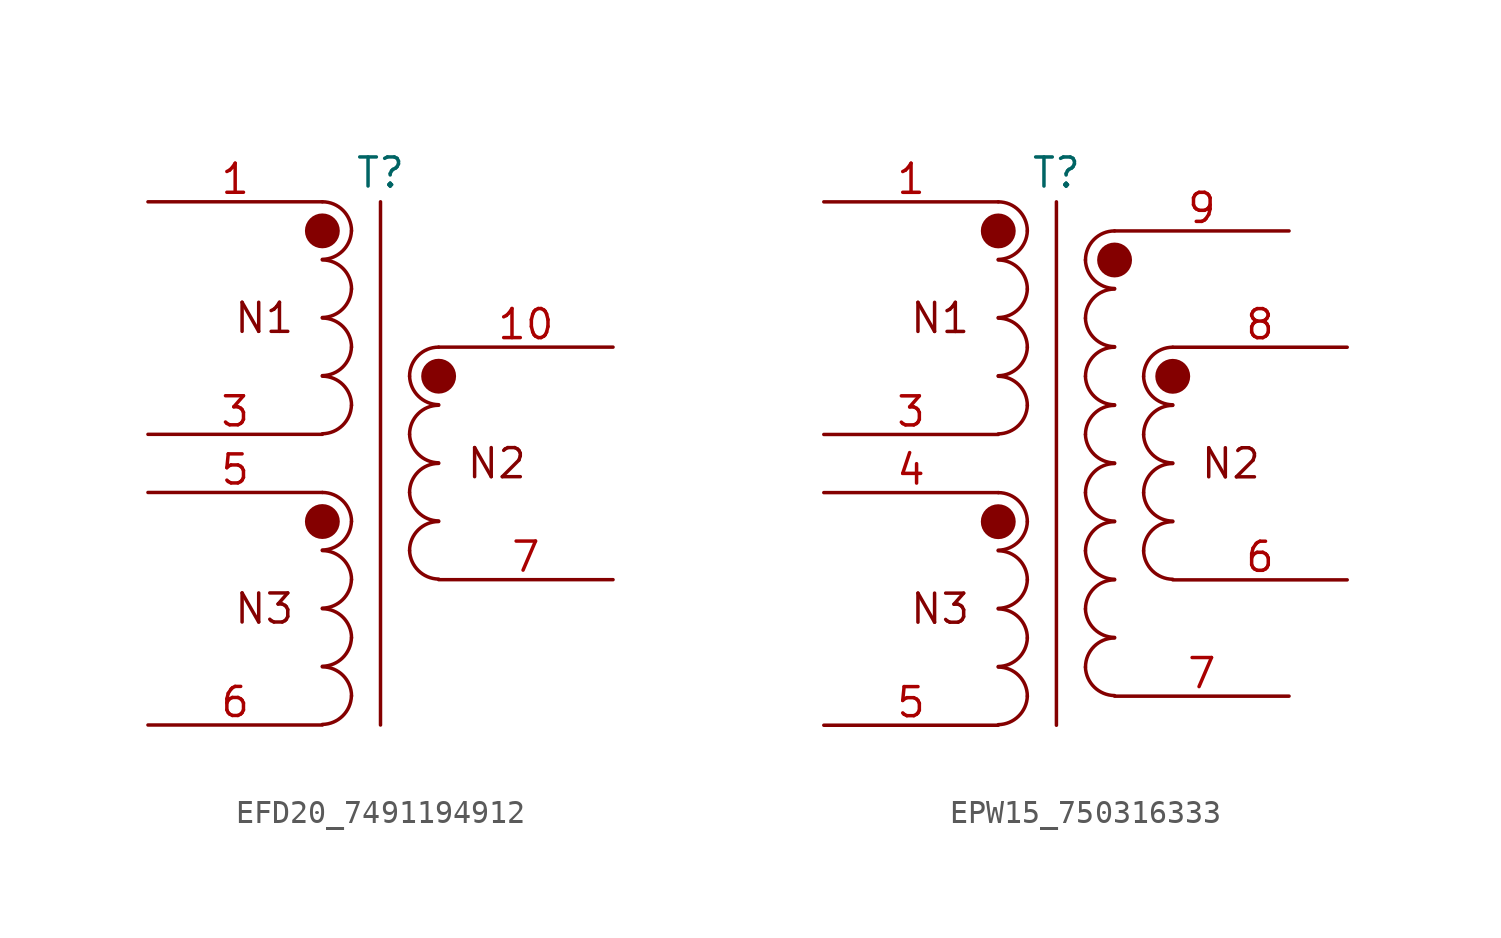
<source format=kicad_sym>
(kicad_symbol_lib
  (version 20220914)
  (generator kicad_symbol_editor)
  (symbol "EFD20_7491194912"
    (pin_names hide)
    (property "Reference" "T"
      (at 0 12.7 0)
      (effects (font (size 1.27 1.27))))
    (property "Critical Parameter" ""
      (at 0 -5.08 0)
      (effects (font (size 1.27 1.27)) (justify left)))
    (symbol "EFD20_7491194912_0_1"
      (arc (start -2.54 -11.4046) (mid -1.6561 -11.0363) (end -1.27 -10.16) (stroke (width 0) (type default)) (fill (type none)))
      (arc (start -2.54 -8.8646) (mid -1.6561 -8.4963) (end -1.27 -7.62) (stroke (width 0) (type default)) (fill (type none)))
      (arc (start -2.54 -6.3246) (mid -1.6561 -5.9563) (end -1.27 -5.08) (stroke (width 0) (type default)) (fill (type none)))
      (arc (start -2.54 -3.7846) (mid -1.6561 -3.4163) (end -1.27 -2.54) (stroke (width 0) (type default)) (fill (type none)))
      (arc (start -2.54 1.2954) (mid -1.6561 1.6637) (end -1.27 2.54) (stroke (width 0) (type default)) (fill (type none)))
      (arc (start -2.54 3.8354) (mid -1.6561 4.2037) (end -1.27 5.08) (stroke (width 0) (type default)) (fill (type none)))
      (arc (start -2.54 6.3754) (mid -1.6561 6.7437) (end -1.27 7.62) (stroke (width 0) (type default)) (fill (type none)))
      (arc (start -2.54 8.9154) (mid -1.6561 9.2837) (end -1.27 10.16) (stroke (width 0) (type default)) (fill (type none)))
      (arc (start -1.27 -10.16) (mid -1.642 -9.262) (end -2.54 -8.89) (stroke (width 0) (type default)) (fill (type none)))
      (arc (start -1.27 -7.62) (mid -1.642 -6.722) (end -2.54 -6.35) (stroke (width 0) (type default)) (fill (type none)))
      (arc (start -1.27 -5.08) (mid -1.642 -4.182) (end -2.54 -3.81) (stroke (width 0) (type default)) (fill (type none)))
      (arc (start -1.27 -2.54) (mid -1.642 -1.642) (end -2.54 -1.27) (stroke (width 0) (type default)) (fill (type none)))
      (arc (start -1.27 2.54) (mid -1.642 3.438) (end -2.54 3.81) (stroke (width 0) (type default)) (fill (type none)))
      (arc (start -1.27 5.08) (mid -1.642 5.978) (end -2.54 6.35) (stroke (width 0) (type default)) (fill (type none)))
      (arc (start -1.27 7.62) (mid -1.642 8.518) (end -2.54 8.89) (stroke (width 0) (type default)) (fill (type none)))
      (arc (start -1.27 10.16) (mid -1.642 11.058) (end -2.54 11.43) (stroke (width 0) (type default)) (fill (type none)))
      (polyline (pts (xy 0 -11.43) (xy 0 11.43)) (stroke (width 0) (type default)) (fill (type none)))
      (arc (start 1.27 -3.81) (mid 1.6561 -4.6863) (end 2.54 -5.0546) (stroke (width 0) (type default)) (fill (type none)))
      (arc (start 1.27 -1.27) (mid 1.6561 -2.1463) (end 2.54 -2.5146) (stroke (width 0) (type default)) (fill (type none)))
      (arc (start 1.27 1.27) (mid 1.6561 0.3937) (end 2.54 0.0254) (stroke (width 0) (type default)) (fill (type none)))
      (arc (start 1.27 3.81) (mid 1.6561 2.9337) (end 2.54 2.5654) (stroke (width 0) (type default)) (fill (type none)))
      (arc (start 2.54 -2.54) (mid 1.642 -2.912) (end 1.27 -3.81) (stroke (width 0) (type default)) (fill (type none)))
      (arc (start 2.54 0) (mid 1.642 -0.372) (end 1.27 -1.27) (stroke (width 0) (type default)) (fill (type none)))
      (arc (start 2.54 2.54) (mid 1.642 2.168) (end 1.27 1.27) (stroke (width 0) (type default)) (fill (type none)))
      (arc (start 2.54 5.08) (mid 1.642 4.708) (end 1.27 3.81) (stroke (width 0) (type default)) (fill (type none))))
    (symbol "EFD20_7491194912_1_1"
      (circle (center -2.54 -2.54) (radius 0.0001) (stroke (width 0.762) (type default)) (fill (type none)))
      (circle (center -2.54 10.16) (radius 0.0001) (stroke (width 0.762) (type default)) (fill (type none)))
      (circle (center 2.54 3.81) (radius 0.0001) (stroke (width 0.762) (type default)) (fill (type none)))
      (text "N1" (at -5.08 6.35 0) (effects (font (size 1.27 1.27))))
      (text "N2" (at 5.08 0 0) (effects (font (size 1.27 1.27))))
      (text "N3" (at -5.08 -6.35 0) (effects (font (size 1.27 1.27))))
      (pin passive line (at -10.16 11.43 0) (length 7.62) (name "1" (effects (font (size 1.27 1.27)))) (number "1" (effects (font (size 1.27 1.27)))))
      (pin passive line (at 10.16 5.08 180) (length 7.62) (name "10" (effects (font (size 1.27 1.27)))) (number "10" (effects (font (size 1.27 1.27)))))
      (pin passive line (at 10.16 5.08 180) (length 7.62) hide (name "11" (effects (font (size 1.27 1.27)))) (number "11" (effects (font (size 1.27 1.27)))))
      (pin passive line (at 10.16 5.08 180) (length 7.62) hide (name "12" (effects (font (size 1.27 1.27)))) (number "12" (effects (font (size 1.27 1.27)))))
      (pin passive line (at -10.16 11.43 0) (length 7.62) hide (name "2" (effects (font (size 1.27 1.27)))) (number "2" (effects (font (size 1.27 1.27)))))
      (pin passive line (at -10.16 1.27 0) (length 7.62) (name "3" (effects (font (size 1.27 1.27)))) (number "3" (effects (font (size 1.27 1.27)))))
      (pin passive line (at -10.16 1.27 0) (length 7.62) hide (name "4" (effects (font (size 1.27 1.27)))) (number "4" (effects (font (size 1.27 1.27)))))
      (pin passive line (at -10.16 -1.27 0) (length 7.62) (name "5" (effects (font (size 1.27 1.27)))) (number "5" (effects (font (size 1.27 1.27)))))
      (pin passive line (at -10.16 -11.43 0) (length 7.62) (name "6" (effects (font (size 1.27 1.27)))) (number "6" (effects (font (size 1.27 1.27)))))
      (pin passive line (at 10.16 -5.08 180) (length 7.62) (name "7" (effects (font (size 1.27 1.27)))) (number "7" (effects (font (size 1.27 1.27)))))
      (pin passive line (at 10.16 -5.08 180) (length 7.62) hide (name "8" (effects (font (size 1.27 1.27)))) (number "8" (effects (font (size 1.27 1.27)))))
      (pin passive line (at 10.16 -5.08 180) (length 7.62) hide (name "9" (effects (font (size 1.27 1.27)))) (number "9" (effects (font (size 1.27 1.27)))))))
  (symbol "EPW15_750316333"
    (pin_names hide)
    (property "Reference" "T"
      (at 0 12.7 0)
      (effects (font (size 1.27 1.27))))
    (property "Critical Parameter" ""
      (at 0 -5.08 0)
      (effects (font (size 1.27 1.27)) (justify left)))
    (symbol "EPW15_750316333_0_1"
      (arc (start -2.54 -11.4046) (mid -1.6561 -11.0363) (end -1.27 -10.16) (stroke (width 0) (type default)) (fill (type none)))
      (arc (start -2.54 -8.8646) (mid -1.6561 -8.4963) (end -1.27 -7.62) (stroke (width 0) (type default)) (fill (type none)))
      (arc (start -2.54 -6.3246) (mid -1.6561 -5.9563) (end -1.27 -5.08) (stroke (width 0) (type default)) (fill (type none)))
      (arc (start -2.54 -3.7846) (mid -1.6561 -3.4163) (end -1.27 -2.54) (stroke (width 0) (type default)) (fill (type none)))
      (arc (start -2.54 1.2954) (mid -1.6561 1.6637) (end -1.27 2.54) (stroke (width 0) (type default)) (fill (type none)))
      (arc (start -2.54 3.8354) (mid -1.6561 4.2037) (end -1.27 5.08) (stroke (width 0) (type default)) (fill (type none)))
      (arc (start -2.54 6.3754) (mid -1.6561 6.7437) (end -1.27 7.62) (stroke (width 0) (type default)) (fill (type none)))
      (arc (start -2.54 8.9154) (mid -1.6561 9.2837) (end -1.27 10.16) (stroke (width 0) (type default)) (fill (type none)))
      (arc (start -1.27 -10.16) (mid -1.642 -9.262) (end -2.54 -8.89) (stroke (width 0) (type default)) (fill (type none)))
      (arc (start -1.27 -7.62) (mid -1.642 -6.722) (end -2.54 -6.35) (stroke (width 0) (type default)) (fill (type none)))
      (arc (start -1.27 -5.08) (mid -1.642 -4.182) (end -2.54 -3.81) (stroke (width 0) (type default)) (fill (type none)))
      (arc (start -1.27 -2.54) (mid -1.642 -1.642) (end -2.54 -1.27) (stroke (width 0) (type default)) (fill (type none)))
      (arc (start -1.27 2.54) (mid -1.642 3.438) (end -2.54 3.81) (stroke (width 0) (type default)) (fill (type none)))
      (arc (start -1.27 5.08) (mid -1.642 5.978) (end -2.54 6.35) (stroke (width 0) (type default)) (fill (type none)))
      (arc (start -1.27 7.62) (mid -1.642 8.518) (end -2.54 8.89) (stroke (width 0) (type default)) (fill (type none)))
      (arc (start -1.27 10.16) (mid -1.642 11.058) (end -2.54 11.43) (stroke (width 0) (type default)) (fill (type none)))
      (polyline (pts (xy 0 -11.43) (xy 0 11.43)) (stroke (width 0) (type default)) (fill (type none)))
      (arc (start 1.27 -8.89) (mid 1.656 -9.7664) (end 2.54 -10.1346) (stroke (width 0) (type default)) (fill (type none)))
      (arc (start 1.27 -6.35) (mid 1.656 -7.2264) (end 2.54 -7.5946) (stroke (width 0) (type default)) (fill (type none)))
      (arc (start 1.27 -3.81) (mid 1.656 -4.6864) (end 2.54 -5.0546) (stroke (width 0) (type default)) (fill (type none)))
      (arc (start 1.27 -1.27) (mid 1.656 -2.1464) (end 2.54 -2.5146) (stroke (width 0) (type default)) (fill (type none)))
      (arc (start 1.27 1.27) (mid 1.656 0.3936) (end 2.54 0.0254) (stroke (width 0) (type default)) (fill (type none)))
      (arc (start 1.27 3.81) (mid 1.656 2.9336) (end 2.54 2.5654) (stroke (width 0) (type default)) (fill (type none)))
      (arc (start 1.27 6.35) (mid 1.656 5.4736) (end 2.54 5.1054) (stroke (width 0) (type default)) (fill (type none)))
      (arc (start 1.27 8.89) (mid 1.656 8.0136) (end 2.54 7.6454) (stroke (width 0) (type default)) (fill (type none)))
      (arc (start 2.54 -7.62) (mid 1.642 -7.992) (end 1.27 -8.89) (stroke (width 0) (type default)) (fill (type none)))
      (arc (start 2.54 -5.08) (mid 1.642 -5.452) (end 1.27 -6.35) (stroke (width 0) (type default)) (fill (type none)))
      (arc (start 2.54 -2.54) (mid 1.642 -2.912) (end 1.27 -3.81) (stroke (width 0) (type default)) (fill (type none)))
      (arc (start 2.54 0) (mid 1.642 -0.372) (end 1.27 -1.27) (stroke (width 0) (type default)) (fill (type none)))
      (arc (start 2.54 2.54) (mid 1.642 2.168) (end 1.27 1.27) (stroke (width 0) (type default)) (fill (type none)))
      (arc (start 2.54 5.08) (mid 1.642 4.708) (end 1.27 3.81) (stroke (width 0) (type default)) (fill (type none)))
      (arc (start 2.54 7.62) (mid 1.642 7.248) (end 1.27 6.35) (stroke (width 0) (type default)) (fill (type none)))
      (arc (start 2.54 10.16) (mid 1.642 9.788) (end 1.27 8.89) (stroke (width 0) (type default)) (fill (type none)))
      (arc (start 3.81 -3.81) (mid 4.1961 -4.6863) (end 5.08 -5.0546) (stroke (width 0) (type default)) (fill (type none)))
      (arc (start 3.81 -1.27) (mid 4.1961 -2.1463) (end 5.08 -2.5146) (stroke (width 0) (type default)) (fill (type none)))
      (arc (start 3.81 1.27) (mid 4.1961 0.3937) (end 5.08 0.0254) (stroke (width 0) (type default)) (fill (type none)))
      (arc (start 3.81 3.81) (mid 4.1961 2.9337) (end 5.08 2.5654) (stroke (width 0) (type default)) (fill (type none)))
      (arc (start 5.08 -2.54) (mid 4.182 -2.912) (end 3.81 -3.81) (stroke (width 0) (type default)) (fill (type none)))
      (arc (start 5.08 0) (mid 4.182 -0.372) (end 3.81 -1.27) (stroke (width 0) (type default)) (fill (type none)))
      (arc (start 5.08 2.54) (mid 4.182 2.168) (end 3.81 1.27) (stroke (width 0) (type default)) (fill (type none)))
      (arc (start 5.08 5.08) (mid 4.182 4.708) (end 3.81 3.81) (stroke (width 0) (type default)) (fill (type none))))
    (symbol "EPW15_750316333_1_1"
      (circle (center -2.54 -2.54) (radius 0.0001) (stroke (width 0.762) (type default)) (fill (type none)))
      (circle (center -2.54 10.16) (radius 0.0001) (stroke (width 0.762) (type default)) (fill (type none)))
      (circle (center 2.54 8.89) (radius 0.0001) (stroke (width 0.762) (type default)) (fill (type none)))
      (circle (center 5.08 3.81) (radius 0.0001) (stroke (width 0.762) (type default)) (fill (type none)))
      (text "N1" (at -5.08 6.35 0) (effects (font (size 1.27 1.27))))
      (text "N2" (at 7.62 0 0) (effects (font (size 1.27 1.27))))
      (text "N3" (at -5.08 -6.35 0) (effects (font (size 1.27 1.27))))
      (pin passive line (at -10.16 11.43 0) (length 7.62) (name "1" (effects (font (size 1.27 1.27)))) (number "1" (effects (font (size 1.27 1.27)))))
      (pin passive line (at -10.16 1.27 0) (length 7.62) (name "3" (effects (font (size 1.27 1.27)))) (number "3" (effects (font (size 1.27 1.27)))))
      (pin passive line (at -10.16 -1.27 0) (length 7.62) (name "4" (effects (font (size 1.27 1.27)))) (number "4" (effects (font (size 1.27 1.27)))))
      (pin passive line (at -10.16 -11.43 0) (length 7.62) (name "5" (effects (font (size 1.27 1.27)))) (number "5" (effects (font (size 1.27 1.27)))))
      (pin passive line (at 12.7 -5.08 180) (length 7.62) (name "6" (effects (font (size 1.27 1.27)))) (number "6" (effects (font (size 1.27 1.27)))))
      (pin passive line (at 10.16 -10.16 180) (length 7.62) (name "7" (effects (font (size 1.27 1.27)))) (number "7" (effects (font (size 1.27 1.27)))))
      (pin passive line (at 12.7 5.08 180) (length 7.62) (name "8" (effects (font (size 1.27 1.27)))) (number "8" (effects (font (size 1.27 1.27)))))
      (pin passive line (at 10.16 10.16 180) (length 7.62) (name "9" (effects (font (size 1.27 1.27)))) (number "9" (effects (font (size 1.27 1.27))))))))
</source>
